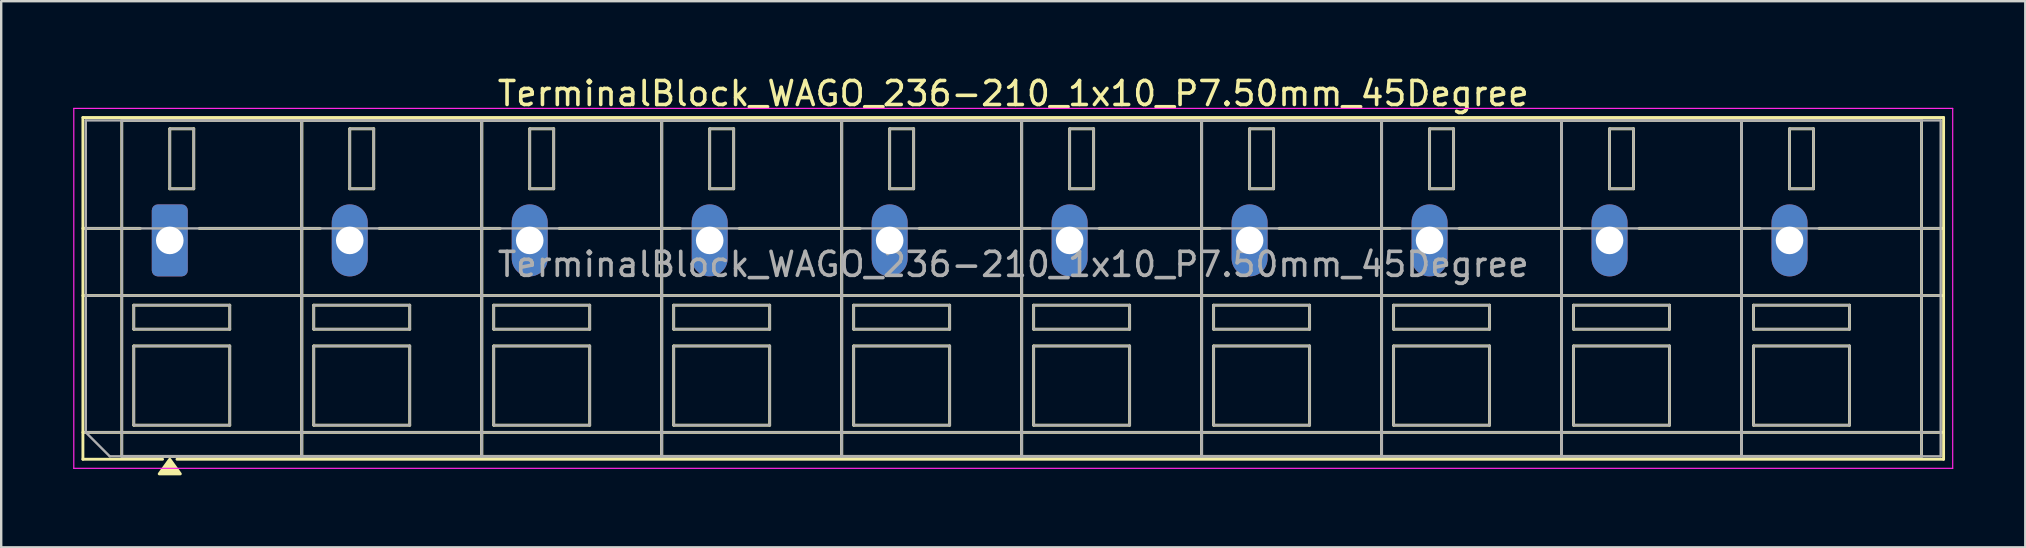
<source format=kicad_pcb>
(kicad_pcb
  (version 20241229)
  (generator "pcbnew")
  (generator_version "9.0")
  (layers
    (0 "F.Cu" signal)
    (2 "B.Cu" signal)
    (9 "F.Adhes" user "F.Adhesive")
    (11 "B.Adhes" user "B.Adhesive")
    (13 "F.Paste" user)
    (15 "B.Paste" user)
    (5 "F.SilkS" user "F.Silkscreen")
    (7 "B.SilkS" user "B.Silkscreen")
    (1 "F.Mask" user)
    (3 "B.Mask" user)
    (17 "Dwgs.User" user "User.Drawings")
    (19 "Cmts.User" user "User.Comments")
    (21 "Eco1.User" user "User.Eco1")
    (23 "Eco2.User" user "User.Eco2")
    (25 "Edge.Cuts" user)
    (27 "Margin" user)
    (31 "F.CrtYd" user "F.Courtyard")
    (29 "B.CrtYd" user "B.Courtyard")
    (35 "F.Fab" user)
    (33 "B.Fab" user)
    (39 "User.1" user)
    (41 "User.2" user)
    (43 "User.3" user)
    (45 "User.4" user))
  (footprint "TerminalBlock_WAGO_236-210_1x10_P7.50mm_45Degree"
    (layer "F.Cu")
    (at 4.025 6.968)
    (property "Reference" "TerminalBlock_WAGO_236-210_1x10_P7.50mm_45Degree" (at 35.15 -6.12 0) (layer "F.SilkS") (effects (font (size 1 1) (thickness 0.15))))
    (attr through_hole)
    (fp_line (start -3.62 -5.12) (end 73.92 -5.12) (stroke (width 0.12) (type solid)) (layer "F.SilkS"))
    (fp_line (start -3.62 -0.5) (end -1.23 -0.5) (stroke (width 0.12) (type solid)) (layer "F.SilkS"))
    (fp_line (start -3.62 2.3) (end 73.92 2.3) (stroke (width 0.12) (type solid)) (layer "F.SilkS"))
    (fp_line (start -3.62 8) (end 73.92 8) (stroke (width 0.12) (type solid)) (layer "F.SilkS"))
    (fp_line (start -3.62 9.12) (end -3.62 -5.12) (stroke (width 0.12) (type solid)) (layer "F.SilkS"))
    (fp_line (start -2 -5) (end 5.5 -5) (stroke (width 0.12) (type solid)) (layer "F.SilkS"))
    (fp_line (start -2 9) (end -2 -5) (stroke (width 0.12) (type solid)) (layer "F.SilkS"))
    (fp_line (start -1.5 2.7) (end 2.5 2.7) (stroke (width 0.12) (type solid)) (layer "F.SilkS"))
    (fp_line (start -1.5 3.7) (end -1.5 2.7) (stroke (width 0.12) (type solid)) (layer "F.SilkS"))
    (fp_line (start -1.5 4.4) (end 2.5 4.4) (stroke (width 0.12) (type solid)) (layer "F.SilkS"))
    (fp_line (start -1.5 7.7) (end -1.5 4.4) (stroke (width 0.12) (type solid)) (layer "F.SilkS"))
    (fp_line (start -0.3 9.12) (end -3.62 9.12) (stroke (width 0.12) (type solid)) (layer "F.SilkS"))
    (fp_line (start 0 -4.65) (end 1 -4.65) (stroke (width 0.12) (type solid)) (layer "F.SilkS"))
    (fp_line (start 0 -2.15) (end 0 -4.65) (stroke (width 0.12) (type solid)) (layer "F.SilkS"))
    (fp_line (start 1 -4.65) (end 1 -2.15) (stroke (width 0.12) (type solid)) (layer "F.SilkS"))
    (fp_line (start 1 -2.15) (end 0 -2.15) (stroke (width 0.12) (type solid)) (layer "F.SilkS"))
    (fp_line (start 1.23 -0.5) (end 6.27 -0.5) (stroke (width 0.12) (type solid)) (layer "F.SilkS"))
    (fp_line (start 2.5 2.7) (end 2.5 3.7) (stroke (width 0.12) (type solid)) (layer "F.SilkS"))
    (fp_line (start 2.5 3.7) (end -1.5 3.7) (stroke (width 0.12) (type solid)) (layer "F.SilkS"))
    (fp_line (start 2.5 4.4) (end 2.5 7.7) (stroke (width 0.12) (type solid)) (layer "F.SilkS"))
    (fp_line (start 2.5 7.7) (end -1.5 7.7) (stroke (width 0.12) (type solid)) (layer "F.SilkS"))
    (fp_line (start 5.5 -5) (end 5.5 9) (stroke (width 0.12) (type solid)) (layer "F.SilkS"))
    (fp_line (start 5.5 -5) (end 13 -5) (stroke (width 0.12) (type solid)) (layer "F.SilkS"))
    (fp_line (start 5.5 9) (end -2 9) (stroke (width 0.12) (type solid)) (layer "F.SilkS"))
    (fp_line (start 5.5 9) (end 5.5 -5) (stroke (width 0.12) (type solid)) (layer "F.SilkS"))
    (fp_line (start 6 2.7) (end 10 2.7) (stroke (width 0.12) (type solid)) (layer "F.SilkS"))
    (fp_line (start 6 3.7) (end 6 2.7) (stroke (width 0.12) (type solid)) (layer "F.SilkS"))
    (fp_line (start 6 4.4) (end 10 4.4) (stroke (width 0.12) (type solid)) (layer "F.SilkS"))
    (fp_line (start 6 7.7) (end 6 4.4) (stroke (width 0.12) (type solid)) (layer "F.SilkS"))
    (fp_line (start 7.5 -4.65) (end 8.5 -4.65) (stroke (width 0.12) (type solid)) (layer "F.SilkS"))
    (fp_line (start 7.5 -2.15) (end 7.5 -4.65) (stroke (width 0.12) (type solid)) (layer "F.SilkS"))
    (fp_line (start 8.5 -4.65) (end 8.5 -2.15) (stroke (width 0.12) (type solid)) (layer "F.SilkS"))
    (fp_line (start 8.5 -2.15) (end 7.5 -2.15) (stroke (width 0.12) (type solid)) (layer "F.SilkS"))
    (fp_line (start 8.73 -0.5) (end 13.77 -0.5) (stroke (width 0.12) (type solid)) (layer "F.SilkS"))
    (fp_line (start 10 2.7) (end 10 3.7) (stroke (width 0.12) (type solid)) (layer "F.SilkS"))
    (fp_line (start 10 3.7) (end 6 3.7) (stroke (width 0.12) (type solid)) (layer "F.SilkS"))
    (fp_line (start 10 4.4) (end 10 7.7) (stroke (width 0.12) (type solid)) (layer "F.SilkS"))
    (fp_line (start 10 7.7) (end 6 7.7) (stroke (width 0.12) (type solid)) (layer "F.SilkS"))
    (fp_line (start 13 -5) (end 13 9) (stroke (width 0.12) (type solid)) (layer "F.SilkS"))
    (fp_line (start 13 -5) (end 20.5 -5) (stroke (width 0.12) (type solid)) (layer "F.SilkS"))
    (fp_line (start 13 9) (end 5.5 9) (stroke (width 0.12) (type solid)) (layer "F.SilkS"))
    (fp_line (start 13 9) (end 13 -5) (stroke (width 0.12) (type solid)) (layer "F.SilkS"))
    (fp_line (start 13.5 2.7) (end 17.5 2.7) (stroke (width 0.12) (type solid)) (layer "F.SilkS"))
    (fp_line (start 13.5 3.7) (end 13.5 2.7) (stroke (width 0.12) (type solid)) (layer "F.SilkS"))
    (fp_line (start 13.5 4.4) (end 17.5 4.4) (stroke (width 0.12) (type solid)) (layer "F.SilkS"))
    (fp_line (start 13.5 7.7) (end 13.5 4.4) (stroke (width 0.12) (type solid)) (layer "F.SilkS"))
    (fp_line (start 15 -4.65) (end 16 -4.65) (stroke (width 0.12) (type solid)) (layer "F.SilkS"))
    (fp_line (start 15 -2.15) (end 15 -4.65) (stroke (width 0.12) (type solid)) (layer "F.SilkS"))
    (fp_line (start 16 -4.65) (end 16 -2.15) (stroke (width 0.12) (type solid)) (layer "F.SilkS"))
    (fp_line (start 16 -2.15) (end 15 -2.15) (stroke (width 0.12) (type solid)) (layer "F.SilkS"))
    (fp_line (start 16.23 -0.5) (end 21.27 -0.5) (stroke (width 0.12) (type solid)) (layer "F.SilkS"))
    (fp_line (start 17.5 2.7) (end 17.5 3.7) (stroke (width 0.12) (type solid)) (layer "F.SilkS"))
    (fp_line (start 17.5 3.7) (end 13.5 3.7) (stroke (width 0.12) (type solid)) (layer "F.SilkS"))
    (fp_line (start 17.5 4.4) (end 17.5 7.7) (stroke (width 0.12) (type solid)) (layer "F.SilkS"))
    (fp_line (start 17.5 7.7) (end 13.5 7.7) (stroke (width 0.12) (type solid)) (layer "F.SilkS"))
    (fp_line (start 20.5 -5) (end 20.5 9) (stroke (width 0.12) (type solid)) (layer "F.SilkS"))
    (fp_line (start 20.5 -5) (end 28 -5) (stroke (width 0.12) (type solid)) (layer "F.SilkS"))
    (fp_line (start 20.5 9) (end 13 9) (stroke (width 0.12) (type solid)) (layer "F.SilkS"))
    (fp_line (start 20.5 9) (end 20.5 -5) (stroke (width 0.12) (type solid)) (layer "F.SilkS"))
    (fp_line (start 21 2.7) (end 25 2.7) (stroke (width 0.12) (type solid)) (layer "F.SilkS"))
    (fp_line (start 21 3.7) (end 21 2.7) (stroke (width 0.12) (type solid)) (layer "F.SilkS"))
    (fp_line (start 21 4.4) (end 25 4.4) (stroke (width 0.12) (type solid)) (layer "F.SilkS"))
    (fp_line (start 21 7.7) (end 21 4.4) (stroke (width 0.12) (type solid)) (layer "F.SilkS"))
    (fp_line (start 22.5 -4.65) (end 23.5 -4.65) (stroke (width 0.12) (type solid)) (layer "F.SilkS"))
    (fp_line (start 22.5 -2.15) (end 22.5 -4.65) (stroke (width 0.12) (type solid)) (layer "F.SilkS"))
    (fp_line (start 23.5 -4.65) (end 23.5 -2.15) (stroke (width 0.12) (type solid)) (layer "F.SilkS"))
    (fp_line (start 23.5 -2.15) (end 22.5 -2.15) (stroke (width 0.12) (type solid)) (layer "F.SilkS"))
    (fp_line (start 23.73 -0.5) (end 28.77 -0.5) (stroke (width 0.12) (type solid)) (layer "F.SilkS"))
    (fp_line (start 25 2.7) (end 25 3.7) (stroke (width 0.12) (type solid)) (layer "F.SilkS"))
    (fp_line (start 25 3.7) (end 21 3.7) (stroke (width 0.12) (type solid)) (layer "F.SilkS"))
    (fp_line (start 25 4.4) (end 25 7.7) (stroke (width 0.12) (type solid)) (layer "F.SilkS"))
    (fp_line (start 25 7.7) (end 21 7.7) (stroke (width 0.12) (type solid)) (layer "F.SilkS"))
    (fp_line (start 28 -5) (end 28 9) (stroke (width 0.12) (type solid)) (layer "F.SilkS"))
    (fp_line (start 28 -5) (end 35.5 -5) (stroke (width 0.12) (type solid)) (layer "F.SilkS"))
    (fp_line (start 28 9) (end 20.5 9) (stroke (width 0.12) (type solid)) (layer "F.SilkS"))
    (fp_line (start 28 9) (end 28 -5) (stroke (width 0.12) (type solid)) (layer "F.SilkS"))
    (fp_line (start 28.5 2.7) (end 32.5 2.7) (stroke (width 0.12) (type solid)) (layer "F.SilkS"))
    (fp_line (start 28.5 3.7) (end 28.5 2.7) (stroke (width 0.12) (type solid)) (layer "F.SilkS"))
    (fp_line (start 28.5 4.4) (end 32.5 4.4) (stroke (width 0.12) (type solid)) (layer "F.SilkS"))
    (fp_line (start 28.5 7.7) (end 28.5 4.4) (stroke (width 0.12) (type solid)) (layer "F.SilkS"))
    (fp_line (start 30 -4.65) (end 31 -4.65) (stroke (width 0.12) (type solid)) (layer "F.SilkS"))
    (fp_line (start 30 -2.15) (end 30 -4.65) (stroke (width 0.12) (type solid)) (layer "F.SilkS"))
    (fp_line (start 31 -4.65) (end 31 -2.15) (stroke (width 0.12) (type solid)) (layer "F.SilkS"))
    (fp_line (start 31 -2.15) (end 30 -2.15) (stroke (width 0.12) (type solid)) (layer "F.SilkS"))
    (fp_line (start 31.23 -0.5) (end 36.27 -0.5) (stroke (width 0.12) (type solid)) (layer "F.SilkS"))
    (fp_line (start 32.5 2.7) (end 32.5 3.7) (stroke (width 0.12) (type solid)) (layer "F.SilkS"))
    (fp_line (start 32.5 3.7) (end 28.5 3.7) (stroke (width 0.12) (type solid)) (layer "F.SilkS"))
    (fp_line (start 32.5 4.4) (end 32.5 7.7) (stroke (width 0.12) (type solid)) (layer "F.SilkS"))
    (fp_line (start 32.5 7.7) (end 28.5 7.7) (stroke (width 0.12) (type solid)) (layer "F.SilkS"))
    (fp_line (start 35.5 -5) (end 35.5 9) (stroke (width 0.12) (type solid)) (layer "F.SilkS"))
    (fp_line (start 35.5 -5) (end 43 -5) (stroke (width 0.12) (type solid)) (layer "F.SilkS"))
    (fp_line (start 35.5 9) (end 28 9) (stroke (width 0.12) (type solid)) (layer "F.SilkS"))
    (fp_line (start 35.5 9) (end 35.5 -5) (stroke (width 0.12) (type solid)) (layer "F.SilkS"))
    (fp_line (start 36 2.7) (end 40 2.7) (stroke (width 0.12) (type solid)) (layer "F.SilkS"))
    (fp_line (start 36 3.7) (end 36 2.7) (stroke (width 0.12) (type solid)) (layer "F.SilkS"))
    (fp_line (start 36 4.4) (end 40 4.4) (stroke (width 0.12) (type solid)) (layer "F.SilkS"))
    (fp_line (start 36 7.7) (end 36 4.4) (stroke (width 0.12) (type solid)) (layer "F.SilkS"))
    (fp_line (start 37.5 -4.65) (end 38.5 -4.65) (stroke (width 0.12) (type solid)) (layer "F.SilkS"))
    (fp_line (start 37.5 -2.15) (end 37.5 -4.65) (stroke (width 0.12) (type solid)) (layer "F.SilkS"))
    (fp_line (start 38.5 -4.65) (end 38.5 -2.15) (stroke (width 0.12) (type solid)) (layer "F.SilkS"))
    (fp_line (start 38.5 -2.15) (end 37.5 -2.15) (stroke (width 0.12) (type solid)) (layer "F.SilkS"))
    (fp_line (start 38.73 -0.5) (end 43.77 -0.5) (stroke (width 0.12) (type solid)) (layer "F.SilkS"))
    (fp_line (start 40 2.7) (end 40 3.7) (stroke (width 0.12) (type solid)) (layer "F.SilkS"))
    (fp_line (start 40 3.7) (end 36 3.7) (stroke (width 0.12) (type solid)) (layer "F.SilkS"))
    (fp_line (start 40 4.4) (end 40 7.7) (stroke (width 0.12) (type solid)) (layer "F.SilkS"))
    (fp_line (start 40 7.7) (end 36 7.7) (stroke (width 0.12) (type solid)) (layer "F.SilkS"))
    (fp_line (start 43 -5) (end 43 9) (stroke (width 0.12) (type solid)) (layer "F.SilkS"))
    (fp_line (start 43 -5) (end 50.5 -5) (stroke (width 0.12) (type solid)) (layer "F.SilkS"))
    (fp_line (start 43 9) (end 35.5 9) (stroke (width 0.12) (type solid)) (layer "F.SilkS"))
    (fp_line (start 43 9) (end 43 -5) (stroke (width 0.12) (type solid)) (layer "F.SilkS"))
    (fp_line (start 43.5 2.7) (end 47.5 2.7) (stroke (width 0.12) (type solid)) (layer "F.SilkS"))
    (fp_line (start 43.5 3.7) (end 43.5 2.7) (stroke (width 0.12) (type solid)) (layer "F.SilkS"))
    (fp_line (start 43.5 4.4) (end 47.5 4.4) (stroke (width 0.12) (type solid)) (layer "F.SilkS"))
    (fp_line (start 43.5 7.7) (end 43.5 4.4) (stroke (width 0.12) (type solid)) (layer "F.SilkS"))
    (fp_line (start 45 -4.65) (end 46 -4.65) (stroke (width 0.12) (type solid)) (layer "F.SilkS"))
    (fp_line (start 45 -2.15) (end 45 -4.65) (stroke (width 0.12) (type solid)) (layer "F.SilkS"))
    (fp_line (start 46 -4.65) (end 46 -2.15) (stroke (width 0.12) (type solid)) (layer "F.SilkS"))
    (fp_line (start 46 -2.15) (end 45 -2.15) (stroke (width 0.12) (type solid)) (layer "F.SilkS"))
    (fp_line (start 46.23 -0.5) (end 51.27 -0.5) (stroke (width 0.12) (type solid)) (layer "F.SilkS"))
    (fp_line (start 47.5 2.7) (end 47.5 3.7) (stroke (width 0.12) (type solid)) (layer "F.SilkS"))
    (fp_line (start 47.5 3.7) (end 43.5 3.7) (stroke (width 0.12) (type solid)) (layer "F.SilkS"))
    (fp_line (start 47.5 4.4) (end 47.5 7.7) (stroke (width 0.12) (type solid)) (layer "F.SilkS"))
    (fp_line (start 47.5 7.7) (end 43.5 7.7) (stroke (width 0.12) (type solid)) (layer "F.SilkS"))
    (fp_line (start 50.5 -5) (end 50.5 9) (stroke (width 0.12) (type solid)) (layer "F.SilkS"))
    (fp_line (start 50.5 -5) (end 58 -5) (stroke (width 0.12) (type solid)) (layer "F.SilkS"))
    (fp_line (start 50.5 9) (end 43 9) (stroke (width 0.12) (type solid)) (layer "F.SilkS"))
    (fp_line (start 50.5 9) (end 50.5 -5) (stroke (width 0.12) (type solid)) (layer "F.SilkS"))
    (fp_line (start 51 2.7) (end 55 2.7) (stroke (width 0.12) (type solid)) (layer "F.SilkS"))
    (fp_line (start 51 3.7) (end 51 2.7) (stroke (width 0.12) (type solid)) (layer "F.SilkS"))
    (fp_line (start 51 4.4) (end 55 4.4) (stroke (width 0.12) (type solid)) (layer "F.SilkS"))
    (fp_line (start 51 7.7) (end 51 4.4) (stroke (width 0.12) (type solid)) (layer "F.SilkS"))
    (fp_line (start 52.5 -4.65) (end 53.5 -4.65) (stroke (width 0.12) (type solid)) (layer "F.SilkS"))
    (fp_line (start 52.5 -2.15) (end 52.5 -4.65) (stroke (width 0.12) (type solid)) (layer "F.SilkS"))
    (fp_line (start 53.5 -4.65) (end 53.5 -2.15) (stroke (width 0.12) (type solid)) (layer "F.SilkS"))
    (fp_line (start 53.5 -2.15) (end 52.5 -2.15) (stroke (width 0.12) (type solid)) (layer "F.SilkS"))
    (fp_line (start 53.73 -0.5) (end 58.77 -0.5) (stroke (width 0.12) (type solid)) (layer "F.SilkS"))
    (fp_line (start 55 2.7) (end 55 3.7) (stroke (width 0.12) (type solid)) (layer "F.SilkS"))
    (fp_line (start 55 3.7) (end 51 3.7) (stroke (width 0.12) (type solid)) (layer "F.SilkS"))
    (fp_line (start 55 4.4) (end 55 7.7) (stroke (width 0.12) (type solid)) (layer "F.SilkS"))
    (fp_line (start 55 7.7) (end 51 7.7) (stroke (width 0.12) (type solid)) (layer "F.SilkS"))
    (fp_line (start 58 -5) (end 58 9) (stroke (width 0.12) (type solid)) (layer "F.SilkS"))
    (fp_line (start 58 -5) (end 65.5 -5) (stroke (width 0.12) (type solid)) (layer "F.SilkS"))
    (fp_line (start 58 9) (end 50.5 9) (stroke (width 0.12) (type solid)) (layer "F.SilkS"))
    (fp_line (start 58 9) (end 58 -5) (stroke (width 0.12) (type solid)) (layer "F.SilkS"))
    (fp_line (start 58.5 2.7) (end 62.5 2.7) (stroke (width 0.12) (type solid)) (layer "F.SilkS"))
    (fp_line (start 58.5 3.7) (end 58.5 2.7) (stroke (width 0.12) (type solid)) (layer "F.SilkS"))
    (fp_line (start 58.5 4.4) (end 62.5 4.4) (stroke (width 0.12) (type solid)) (layer "F.SilkS"))
    (fp_line (start 58.5 7.7) (end 58.5 4.4) (stroke (width 0.12) (type solid)) (layer "F.SilkS"))
    (fp_line (start 60 -4.65) (end 61 -4.65) (stroke (width 0.12) (type solid)) (layer "F.SilkS"))
    (fp_line (start 60 -2.15) (end 60 -4.65) (stroke (width 0.12) (type solid)) (layer "F.SilkS"))
    (fp_line (start 61 -4.65) (end 61 -2.15) (stroke (width 0.12) (type solid)) (layer "F.SilkS"))
    (fp_line (start 61 -2.15) (end 60 -2.15) (stroke (width 0.12) (type solid)) (layer "F.SilkS"))
    (fp_line (start 61.23 -0.5) (end 66.27 -0.5) (stroke (width 0.12) (type solid)) (layer "F.SilkS"))
    (fp_line (start 62.5 2.7) (end 62.5 3.7) (stroke (width 0.12) (type solid)) (layer "F.SilkS"))
    (fp_line (start 62.5 3.7) (end 58.5 3.7) (stroke (width 0.12) (type solid)) (layer "F.SilkS"))
    (fp_line (start 62.5 4.4) (end 62.5 7.7) (stroke (width 0.12) (type solid)) (layer "F.SilkS"))
    (fp_line (start 62.5 7.7) (end 58.5 7.7) (stroke (width 0.12) (type solid)) (layer "F.SilkS"))
    (fp_line (start 65.5 -5) (end 65.5 9) (stroke (width 0.12) (type solid)) (layer "F.SilkS"))
    (fp_line (start 65.5 -5) (end 73 -5) (stroke (width 0.12) (type solid)) (layer "F.SilkS"))
    (fp_line (start 65.5 9) (end 58 9) (stroke (width 0.12) (type solid)) (layer "F.SilkS"))
    (fp_line (start 65.5 9) (end 65.5 -5) (stroke (width 0.12) (type solid)) (layer "F.SilkS"))
    (fp_line (start 66 2.7) (end 70 2.7) (stroke (width 0.12) (type solid)) (layer "F.SilkS"))
    (fp_line (start 66 3.7) (end 66 2.7) (stroke (width 0.12) (type solid)) (layer "F.SilkS"))
    (fp_line (start 66 4.4) (end 70 4.4) (stroke (width 0.12) (type solid)) (layer "F.SilkS"))
    (fp_line (start 66 7.7) (end 66 4.4) (stroke (width 0.12) (type solid)) (layer "F.SilkS"))
    (fp_line (start 67.5 -4.65) (end 68.5 -4.65) (stroke (width 0.12) (type solid)) (layer "F.SilkS"))
    (fp_line (start 67.5 -2.15) (end 67.5 -4.65) (stroke (width 0.12) (type solid)) (layer "F.SilkS"))
    (fp_line (start 68.5 -4.65) (end 68.5 -2.15) (stroke (width 0.12) (type solid)) (layer "F.SilkS"))
    (fp_line (start 68.5 -2.15) (end 67.5 -2.15) (stroke (width 0.12) (type solid)) (layer "F.SilkS"))
    (fp_line (start 68.73 -0.5) (end 73.92 -0.5) (stroke (width 0.12) (type solid)) (layer "F.SilkS"))
    (fp_line (start 70 2.7) (end 70 3.7) (stroke (width 0.12) (type solid)) (layer "F.SilkS"))
    (fp_line (start 70 3.7) (end 66 3.7) (stroke (width 0.12) (type solid)) (layer "F.SilkS"))
    (fp_line (start 70 4.4) (end 70 7.7) (stroke (width 0.12) (type solid)) (layer "F.SilkS"))
    (fp_line (start 70 7.7) (end 66 7.7) (stroke (width 0.12) (type solid)) (layer "F.SilkS"))
    (fp_line (start 73 -5) (end 73 9) (stroke (width 0.12) (type solid)) (layer "F.SilkS"))
    (fp_line (start 73 9) (end 65.5 9) (stroke (width 0.12) (type solid)) (layer "F.SilkS"))
    (fp_line (start 73.92 -5.12) (end 73.92 9.12) (stroke (width 0.12) (type solid)) (layer "F.SilkS"))
    (fp_line (start 73.92 9.12) (end 0.3 9.12) (stroke (width 0.12) (type solid)) (layer "F.SilkS"))
    (fp_poly (pts (xy 0 9.12) (xy 0.44 9.73) (xy -0.44 9.73)) (stroke (width 0.12) (type solid)) (fill yes) (layer "F.SilkS"))
    (fp_line (start -4 -5.5) (end -4 9.5) (stroke (width 0.05) (type solid)) (layer "F.CrtYd"))
    (fp_line (start -4 9.5) (end 74.3 9.5) (stroke (width 0.05) (type solid)) (layer "F.CrtYd"))
    (fp_line (start 74.3 -5.5) (end -4 -5.5) (stroke (width 0.05) (type solid)) (layer "F.CrtYd"))
    (fp_line (start 74.3 9.5) (end 74.3 -5.5) (stroke (width 0.05) (type solid)) (layer "F.CrtYd"))
    (fp_line (start -3.5 -5) (end 73.8 -5) (stroke (width 0.1) (type solid)) (layer "F.Fab"))
    (fp_line (start -3.5 -0.5) (end 73.8 -0.5) (stroke (width 0.1) (type solid)) (layer "F.Fab"))
    (fp_line (start -3.5 2.3) (end 73.8 2.3) (stroke (width 0.1) (type solid)) (layer "F.Fab"))
    (fp_line (start -3.5 8) (end -3.5 -5) (stroke (width 0.1) (type solid)) (layer "F.Fab"))
    (fp_line (start -3.5 8) (end 73.8 8) (stroke (width 0.1) (type solid)) (layer "F.Fab"))
    (fp_line (start -2.5 9) (end -3.5 8) (stroke (width 0.1) (type solid)) (layer "F.Fab"))
    (fp_line (start -2 -5) (end -2 9) (stroke (width 0.1) (type solid)) (layer "F.Fab"))
    (fp_line (start -2 9) (end 5.5 9) (stroke (width 0.1) (type solid)) (layer "F.Fab"))
    (fp_line (start -1.5 2.7) (end -1.5 3.7) (stroke (width 0.1) (type solid)) (layer "F.Fab"))
    (fp_line (start -1.5 3.7) (end 2.5 3.7) (stroke (width 0.1) (type solid)) (layer "F.Fab"))
    (fp_line (start -1.5 4.4) (end -1.5 7.7) (stroke (width 0.1) (type solid)) (layer "F.Fab"))
    (fp_line (start -1.5 7.7) (end 2.5 7.7) (stroke (width 0.1) (type solid)) (layer "F.Fab"))
    (fp_line (start 0 -4.65) (end 0 -2.15) (stroke (width 0.1) (type solid)) (layer "F.Fab"))
    (fp_line (start 0 -2.15) (end 1 -2.15) (stroke (width 0.1) (type solid)) (layer "F.Fab"))
    (fp_line (start 1 -4.65) (end 0 -4.65) (stroke (width 0.1) (type solid)) (layer "F.Fab"))
    (fp_line (start 1 -2.15) (end 1 -4.65) (stroke (width 0.1) (type solid)) (layer "F.Fab"))
    (fp_line (start 2.5 2.7) (end -1.5 2.7) (stroke (width 0.1) (type solid)) (layer "F.Fab"))
    (fp_line (start 2.5 3.7) (end 2.5 2.7) (stroke (width 0.1) (type solid)) (layer "F.Fab"))
    (fp_line (start 2.5 4.4) (end -1.5 4.4) (stroke (width 0.1) (type solid)) (layer "F.Fab"))
    (fp_line (start 2.5 7.7) (end 2.5 4.4) (stroke (width 0.1) (type solid)) (layer "F.Fab"))
    (fp_line (start 5.5 -5) (end -2 -5) (stroke (width 0.1) (type solid)) (layer "F.Fab"))
    (fp_line (start 5.5 -5) (end 5.5 9) (stroke (width 0.1) (type solid)) (layer "F.Fab"))
    (fp_line (start 5.5 9) (end 5.5 -5) (stroke (width 0.1) (type solid)) (layer "F.Fab"))
    (fp_line (start 5.5 9) (end 13 9) (stroke (width 0.1) (type solid)) (layer "F.Fab"))
    (fp_line (start 6 2.7) (end 6 3.7) (stroke (width 0.1) (type solid)) (layer "F.Fab"))
    (fp_line (start 6 3.7) (end 10 3.7) (stroke (width 0.1) (type solid)) (layer "F.Fab"))
    (fp_line (start 6 4.4) (end 6 7.7) (stroke (width 0.1) (type solid)) (layer "F.Fab"))
    (fp_line (start 6 7.7) (end 10 7.7) (stroke (width 0.1) (type solid)) (layer "F.Fab"))
    (fp_line (start 7.5 -4.65) (end 7.5 -2.15) (stroke (width 0.1) (type solid)) (layer "F.Fab"))
    (fp_line (start 7.5 -2.15) (end 8.5 -2.15) (stroke (width 0.1) (type solid)) (layer "F.Fab"))
    (fp_line (start 8.5 -4.65) (end 7.5 -4.65) (stroke (width 0.1) (type solid)) (layer "F.Fab"))
    (fp_line (start 8.5 -2.15) (end 8.5 -4.65) (stroke (width 0.1) (type solid)) (layer "F.Fab"))
    (fp_line (start 10 2.7) (end 6 2.7) (stroke (width 0.1) (type solid)) (layer "F.Fab"))
    (fp_line (start 10 3.7) (end 10 2.7) (stroke (width 0.1) (type solid)) (layer "F.Fab"))
    (fp_line (start 10 4.4) (end 6 4.4) (stroke (width 0.1) (type solid)) (layer "F.Fab"))
    (fp_line (start 10 7.7) (end 10 4.4) (stroke (width 0.1) (type solid)) (layer "F.Fab"))
    (fp_line (start 13 -5) (end 5.5 -5) (stroke (width 0.1) (type solid)) (layer "F.Fab"))
    (fp_line (start 13 -5) (end 13 9) (stroke (width 0.1) (type solid)) (layer "F.Fab"))
    (fp_line (start 13 9) (end 13 -5) (stroke (width 0.1) (type solid)) (layer "F.Fab"))
    (fp_line (start 13 9) (end 20.5 9) (stroke (width 0.1) (type solid)) (layer "F.Fab"))
    (fp_line (start 13.5 2.7) (end 13.5 3.7) (stroke (width 0.1) (type solid)) (layer "F.Fab"))
    (fp_line (start 13.5 3.7) (end 17.5 3.7) (stroke (width 0.1) (type solid)) (layer "F.Fab"))
    (fp_line (start 13.5 4.4) (end 13.5 7.7) (stroke (width 0.1) (type solid)) (layer "F.Fab"))
    (fp_line (start 13.5 7.7) (end 17.5 7.7) (stroke (width 0.1) (type solid)) (layer "F.Fab"))
    (fp_line (start 15 -4.65) (end 15 -2.15) (stroke (width 0.1) (type solid)) (layer "F.Fab"))
    (fp_line (start 15 -2.15) (end 16 -2.15) (stroke (width 0.1) (type solid)) (layer "F.Fab"))
    (fp_line (start 16 -4.65) (end 15 -4.65) (stroke (width 0.1) (type solid)) (layer "F.Fab"))
    (fp_line (start 16 -2.15) (end 16 -4.65) (stroke (width 0.1) (type solid)) (layer "F.Fab"))
    (fp_line (start 17.5 2.7) (end 13.5 2.7) (stroke (width 0.1) (type solid)) (layer "F.Fab"))
    (fp_line (start 17.5 3.7) (end 17.5 2.7) (stroke (width 0.1) (type solid)) (layer "F.Fab"))
    (fp_line (start 17.5 4.4) (end 13.5 4.4) (stroke (width 0.1) (type solid)) (layer "F.Fab"))
    (fp_line (start 17.5 7.7) (end 17.5 4.4) (stroke (width 0.1) (type solid)) (layer "F.Fab"))
    (fp_line (start 20.5 -5) (end 13 -5) (stroke (width 0.1) (type solid)) (layer "F.Fab"))
    (fp_line (start 20.5 -5) (end 20.5 9) (stroke (width 0.1) (type solid)) (layer "F.Fab"))
    (fp_line (start 20.5 9) (end 20.5 -5) (stroke (width 0.1) (type solid)) (layer "F.Fab"))
    (fp_line (start 20.5 9) (end 28 9) (stroke (width 0.1) (type solid)) (layer "F.Fab"))
    (fp_line (start 21 2.7) (end 21 3.7) (stroke (width 0.1) (type solid)) (layer "F.Fab"))
    (fp_line (start 21 3.7) (end 25 3.7) (stroke (width 0.1) (type solid)) (layer "F.Fab"))
    (fp_line (start 21 4.4) (end 21 7.7) (stroke (width 0.1) (type solid)) (layer "F.Fab"))
    (fp_line (start 21 7.7) (end 25 7.7) (stroke (width 0.1) (type solid)) (layer "F.Fab"))
    (fp_line (start 22.5 -4.65) (end 22.5 -2.15) (stroke (width 0.1) (type solid)) (layer "F.Fab"))
    (fp_line (start 22.5 -2.15) (end 23.5 -2.15) (stroke (width 0.1) (type solid)) (layer "F.Fab"))
    (fp_line (start 23.5 -4.65) (end 22.5 -4.65) (stroke (width 0.1) (type solid)) (layer "F.Fab"))
    (fp_line (start 23.5 -2.15) (end 23.5 -4.65) (stroke (width 0.1) (type solid)) (layer "F.Fab"))
    (fp_line (start 25 2.7) (end 21 2.7) (stroke (width 0.1) (type solid)) (layer "F.Fab"))
    (fp_line (start 25 3.7) (end 25 2.7) (stroke (width 0.1) (type solid)) (layer "F.Fab"))
    (fp_line (start 25 4.4) (end 21 4.4) (stroke (width 0.1) (type solid)) (layer "F.Fab"))
    (fp_line (start 25 7.7) (end 25 4.4) (stroke (width 0.1) (type solid)) (layer "F.Fab"))
    (fp_line (start 28 -5) (end 20.5 -5) (stroke (width 0.1) (type solid)) (layer "F.Fab"))
    (fp_line (start 28 -5) (end 28 9) (stroke (width 0.1) (type solid)) (layer "F.Fab"))
    (fp_line (start 28 9) (end 28 -5) (stroke (width 0.1) (type solid)) (layer "F.Fab"))
    (fp_line (start 28 9) (end 35.5 9) (stroke (width 0.1) (type solid)) (layer "F.Fab"))
    (fp_line (start 28.5 2.7) (end 28.5 3.7) (stroke (width 0.1) (type solid)) (layer "F.Fab"))
    (fp_line (start 28.5 3.7) (end 32.5 3.7) (stroke (width 0.1) (type solid)) (layer "F.Fab"))
    (fp_line (start 28.5 4.4) (end 28.5 7.7) (stroke (width 0.1) (type solid)) (layer "F.Fab"))
    (fp_line (start 28.5 7.7) (end 32.5 7.7) (stroke (width 0.1) (type solid)) (layer "F.Fab"))
    (fp_line (start 30 -4.65) (end 30 -2.15) (stroke (width 0.1) (type solid)) (layer "F.Fab"))
    (fp_line (start 30 -2.15) (end 31 -2.15) (stroke (width 0.1) (type solid)) (layer "F.Fab"))
    (fp_line (start 31 -4.65) (end 30 -4.65) (stroke (width 0.1) (type solid)) (layer "F.Fab"))
    (fp_line (start 31 -2.15) (end 31 -4.65) (stroke (width 0.1) (type solid)) (layer "F.Fab"))
    (fp_line (start 32.5 2.7) (end 28.5 2.7) (stroke (width 0.1) (type solid)) (layer "F.Fab"))
    (fp_line (start 32.5 3.7) (end 32.5 2.7) (stroke (width 0.1) (type solid)) (layer "F.Fab"))
    (fp_line (start 32.5 4.4) (end 28.5 4.4) (stroke (width 0.1) (type solid)) (layer "F.Fab"))
    (fp_line (start 32.5 7.7) (end 32.5 4.4) (stroke (width 0.1) (type solid)) (layer "F.Fab"))
    (fp_line (start 35.5 -5) (end 28 -5) (stroke (width 0.1) (type solid)) (layer "F.Fab"))
    (fp_line (start 35.5 -5) (end 35.5 9) (stroke (width 0.1) (type solid)) (layer "F.Fab"))
    (fp_line (start 35.5 9) (end 35.5 -5) (stroke (width 0.1) (type solid)) (layer "F.Fab"))
    (fp_line (start 35.5 9) (end 43 9) (stroke (width 0.1) (type solid)) (layer "F.Fab"))
    (fp_line (start 36 2.7) (end 36 3.7) (stroke (width 0.1) (type solid)) (layer "F.Fab"))
    (fp_line (start 36 3.7) (end 40 3.7) (stroke (width 0.1) (type solid)) (layer "F.Fab"))
    (fp_line (start 36 4.4) (end 36 7.7) (stroke (width 0.1) (type solid)) (layer "F.Fab"))
    (fp_line (start 36 7.7) (end 40 7.7) (stroke (width 0.1) (type solid)) (layer "F.Fab"))
    (fp_line (start 37.5 -4.65) (end 37.5 -2.15) (stroke (width 0.1) (type solid)) (layer "F.Fab"))
    (fp_line (start 37.5 -2.15) (end 38.5 -2.15) (stroke (width 0.1) (type solid)) (layer "F.Fab"))
    (fp_line (start 38.5 -4.65) (end 37.5 -4.65) (stroke (width 0.1) (type solid)) (layer "F.Fab"))
    (fp_line (start 38.5 -2.15) (end 38.5 -4.65) (stroke (width 0.1) (type solid)) (layer "F.Fab"))
    (fp_line (start 40 2.7) (end 36 2.7) (stroke (width 0.1) (type solid)) (layer "F.Fab"))
    (fp_line (start 40 3.7) (end 40 2.7) (stroke (width 0.1) (type solid)) (layer "F.Fab"))
    (fp_line (start 40 4.4) (end 36 4.4) (stroke (width 0.1) (type solid)) (layer "F.Fab"))
    (fp_line (start 40 7.7) (end 40 4.4) (stroke (width 0.1) (type solid)) (layer "F.Fab"))
    (fp_line (start 43 -5) (end 35.5 -5) (stroke (width 0.1) (type solid)) (layer "F.Fab"))
    (fp_line (start 43 -5) (end 43 9) (stroke (width 0.1) (type solid)) (layer "F.Fab"))
    (fp_line (start 43 9) (end 43 -5) (stroke (width 0.1) (type solid)) (layer "F.Fab"))
    (fp_line (start 43 9) (end 50.5 9) (stroke (width 0.1) (type solid)) (layer "F.Fab"))
    (fp_line (start 43.5 2.7) (end 43.5 3.7) (stroke (width 0.1) (type solid)) (layer "F.Fab"))
    (fp_line (start 43.5 3.7) (end 47.5 3.7) (stroke (width 0.1) (type solid)) (layer "F.Fab"))
    (fp_line (start 43.5 4.4) (end 43.5 7.7) (stroke (width 0.1) (type solid)) (layer "F.Fab"))
    (fp_line (start 43.5 7.7) (end 47.5 7.7) (stroke (width 0.1) (type solid)) (layer "F.Fab"))
    (fp_line (start 45 -4.65) (end 45 -2.15) (stroke (width 0.1) (type solid)) (layer "F.Fab"))
    (fp_line (start 45 -2.15) (end 46 -2.15) (stroke (width 0.1) (type solid)) (layer "F.Fab"))
    (fp_line (start 46 -4.65) (end 45 -4.65) (stroke (width 0.1) (type solid)) (layer "F.Fab"))
    (fp_line (start 46 -2.15) (end 46 -4.65) (stroke (width 0.1) (type solid)) (layer "F.Fab"))
    (fp_line (start 47.5 2.7) (end 43.5 2.7) (stroke (width 0.1) (type solid)) (layer "F.Fab"))
    (fp_line (start 47.5 3.7) (end 47.5 2.7) (stroke (width 0.1) (type solid)) (layer "F.Fab"))
    (fp_line (start 47.5 4.4) (end 43.5 4.4) (stroke (width 0.1) (type solid)) (layer "F.Fab"))
    (fp_line (start 47.5 7.7) (end 47.5 4.4) (stroke (width 0.1) (type solid)) (layer "F.Fab"))
    (fp_line (start 50.5 -5) (end 43 -5) (stroke (width 0.1) (type solid)) (layer "F.Fab"))
    (fp_line (start 50.5 -5) (end 50.5 9) (stroke (width 0.1) (type solid)) (layer "F.Fab"))
    (fp_line (start 50.5 9) (end 50.5 -5) (stroke (width 0.1) (type solid)) (layer "F.Fab"))
    (fp_line (start 50.5 9) (end 58 9) (stroke (width 0.1) (type solid)) (layer "F.Fab"))
    (fp_line (start 51 2.7) (end 51 3.7) (stroke (width 0.1) (type solid)) (layer "F.Fab"))
    (fp_line (start 51 3.7) (end 55 3.7) (stroke (width 0.1) (type solid)) (layer "F.Fab"))
    (fp_line (start 51 4.4) (end 51 7.7) (stroke (width 0.1) (type solid)) (layer "F.Fab"))
    (fp_line (start 51 7.7) (end 55 7.7) (stroke (width 0.1) (type solid)) (layer "F.Fab"))
    (fp_line (start 52.5 -4.65) (end 52.5 -2.15) (stroke (width 0.1) (type solid)) (layer "F.Fab"))
    (fp_line (start 52.5 -2.15) (end 53.5 -2.15) (stroke (width 0.1) (type solid)) (layer "F.Fab"))
    (fp_line (start 53.5 -4.65) (end 52.5 -4.65) (stroke (width 0.1) (type solid)) (layer "F.Fab"))
    (fp_line (start 53.5 -2.15) (end 53.5 -4.65) (stroke (width 0.1) (type solid)) (layer "F.Fab"))
    (fp_line (start 55 2.7) (end 51 2.7) (stroke (width 0.1) (type solid)) (layer "F.Fab"))
    (fp_line (start 55 3.7) (end 55 2.7) (stroke (width 0.1) (type solid)) (layer "F.Fab"))
    (fp_line (start 55 4.4) (end 51 4.4) (stroke (width 0.1) (type solid)) (layer "F.Fab"))
    (fp_line (start 55 7.7) (end 55 4.4) (stroke (width 0.1) (type solid)) (layer "F.Fab"))
    (fp_line (start 58 -5) (end 50.5 -5) (stroke (width 0.1) (type solid)) (layer "F.Fab"))
    (fp_line (start 58 -5) (end 58 9) (stroke (width 0.1) (type solid)) (layer "F.Fab"))
    (fp_line (start 58 9) (end 58 -5) (stroke (width 0.1) (type solid)) (layer "F.Fab"))
    (fp_line (start 58 9) (end 65.5 9) (stroke (width 0.1) (type solid)) (layer "F.Fab"))
    (fp_line (start 58.5 2.7) (end 58.5 3.7) (stroke (width 0.1) (type solid)) (layer "F.Fab"))
    (fp_line (start 58.5 3.7) (end 62.5 3.7) (stroke (width 0.1) (type solid)) (layer "F.Fab"))
    (fp_line (start 58.5 4.4) (end 58.5 7.7) (stroke (width 0.1) (type solid)) (layer "F.Fab"))
    (fp_line (start 58.5 7.7) (end 62.5 7.7) (stroke (width 0.1) (type solid)) (layer "F.Fab"))
    (fp_line (start 60 -4.65) (end 60 -2.15) (stroke (width 0.1) (type solid)) (layer "F.Fab"))
    (fp_line (start 60 -2.15) (end 61 -2.15) (stroke (width 0.1) (type solid)) (layer "F.Fab"))
    (fp_line (start 61 -4.65) (end 60 -4.65) (stroke (width 0.1) (type solid)) (layer "F.Fab"))
    (fp_line (start 61 -2.15) (end 61 -4.65) (stroke (width 0.1) (type solid)) (layer "F.Fab"))
    (fp_line (start 62.5 2.7) (end 58.5 2.7) (stroke (width 0.1) (type solid)) (layer "F.Fab"))
    (fp_line (start 62.5 3.7) (end 62.5 2.7) (stroke (width 0.1) (type solid)) (layer "F.Fab"))
    (fp_line (start 62.5 4.4) (end 58.5 4.4) (stroke (width 0.1) (type solid)) (layer "F.Fab"))
    (fp_line (start 62.5 7.7) (end 62.5 4.4) (stroke (width 0.1) (type solid)) (layer "F.Fab"))
    (fp_line (start 65.5 -5) (end 58 -5) (stroke (width 0.1) (type solid)) (layer "F.Fab"))
    (fp_line (start 65.5 -5) (end 65.5 9) (stroke (width 0.1) (type solid)) (layer "F.Fab"))
    (fp_line (start 65.5 9) (end 65.5 -5) (stroke (width 0.1) (type solid)) (layer "F.Fab"))
    (fp_line (start 65.5 9) (end 73 9) (stroke (width 0.1) (type solid)) (layer "F.Fab"))
    (fp_line (start 66 2.7) (end 66 3.7) (stroke (width 0.1) (type solid)) (layer "F.Fab"))
    (fp_line (start 66 3.7) (end 70 3.7) (stroke (width 0.1) (type solid)) (layer "F.Fab"))
    (fp_line (start 66 4.4) (end 66 7.7) (stroke (width 0.1) (type solid)) (layer "F.Fab"))
    (fp_line (start 66 7.7) (end 70 7.7) (stroke (width 0.1) (type solid)) (layer "F.Fab"))
    (fp_line (start 67.5 -4.65) (end 67.5 -2.15) (stroke (width 0.1) (type solid)) (layer "F.Fab"))
    (fp_line (start 67.5 -2.15) (end 68.5 -2.15) (stroke (width 0.1) (type solid)) (layer "F.Fab"))
    (fp_line (start 68.5 -4.65) (end 67.5 -4.65) (stroke (width 0.1) (type solid)) (layer "F.Fab"))
    (fp_line (start 68.5 -2.15) (end 68.5 -4.65) (stroke (width 0.1) (type solid)) (layer "F.Fab"))
    (fp_line (start 70 2.7) (end 66 2.7) (stroke (width 0.1) (type solid)) (layer "F.Fab"))
    (fp_line (start 70 3.7) (end 70 2.7) (stroke (width 0.1) (type solid)) (layer "F.Fab"))
    (fp_line (start 70 4.4) (end 66 4.4) (stroke (width 0.1) (type solid)) (layer "F.Fab"))
    (fp_line (start 70 7.7) (end 70 4.4) (stroke (width 0.1) (type solid)) (layer "F.Fab"))
    (fp_line (start 73 -5) (end 65.5 -5) (stroke (width 0.1) (type solid)) (layer "F.Fab"))
    (fp_line (start 73 9) (end 73 -5) (stroke (width 0.1) (type solid)) (layer "F.Fab"))
    (fp_line (start 73.8 -5) (end 73.8 9) (stroke (width 0.1) (type solid)) (layer "F.Fab"))
    (fp_line (start 73.8 9) (end -2.5 9) (stroke (width 0.1) (type solid)) (layer "F.Fab"))
    (fp_text user "${REFERENCE}" (at 35.15 1 0) (layer "F.Fab") (effects (font (size 1 1) (thickness 0.15))))
    (pad "1" thru_hole roundrect (at 0 0) (size 1.5 3) (drill 1.15) (layers "*.Cu" "*.Mask") (roundrect_rratio 0.167))
    (pad "2" thru_hole oval (at 7.5 0) (size 1.5 3) (drill 1.15) (layers "*.Cu" "*.Mask"))
    (pad "3" thru_hole oval (at 15 0) (size 1.5 3) (drill 1.15) (layers "*.Cu" "*.Mask"))
    (pad "4" thru_hole oval (at 22.5 0) (size 1.5 3) (drill 1.15) (layers "*.Cu" "*.Mask"))
    (pad "5" thru_hole oval (at 30 0) (size 1.5 3) (drill 1.15) (layers "*.Cu" "*.Mask"))
    (pad "6" thru_hole oval (at 37.5 0) (size 1.5 3) (drill 1.15) (layers "*.Cu" "*.Mask"))
    (pad "7" thru_hole oval (at 45 0) (size 1.5 3) (drill 1.15) (layers "*.Cu" "*.Mask"))
    (pad "8" thru_hole oval (at 52.5 0) (size 1.5 3) (drill 1.15) (layers "*.Cu" "*.Mask"))
    (pad "9" thru_hole oval (at 60 0) (size 1.5 3) (drill 1.15) (layers "*.Cu" "*.Mask"))
    (pad "10" thru_hole oval (at 67.5 0) (size 1.5 3) (drill 1.15) (layers "*.Cu" "*.Mask")))
  (gr_rect
    (start -3 -3)
    (end 81.35 19.758)
    (stroke (width 0.1) (type default))
    (fill no)
    (layer "Edge.Cuts")))
</source>
